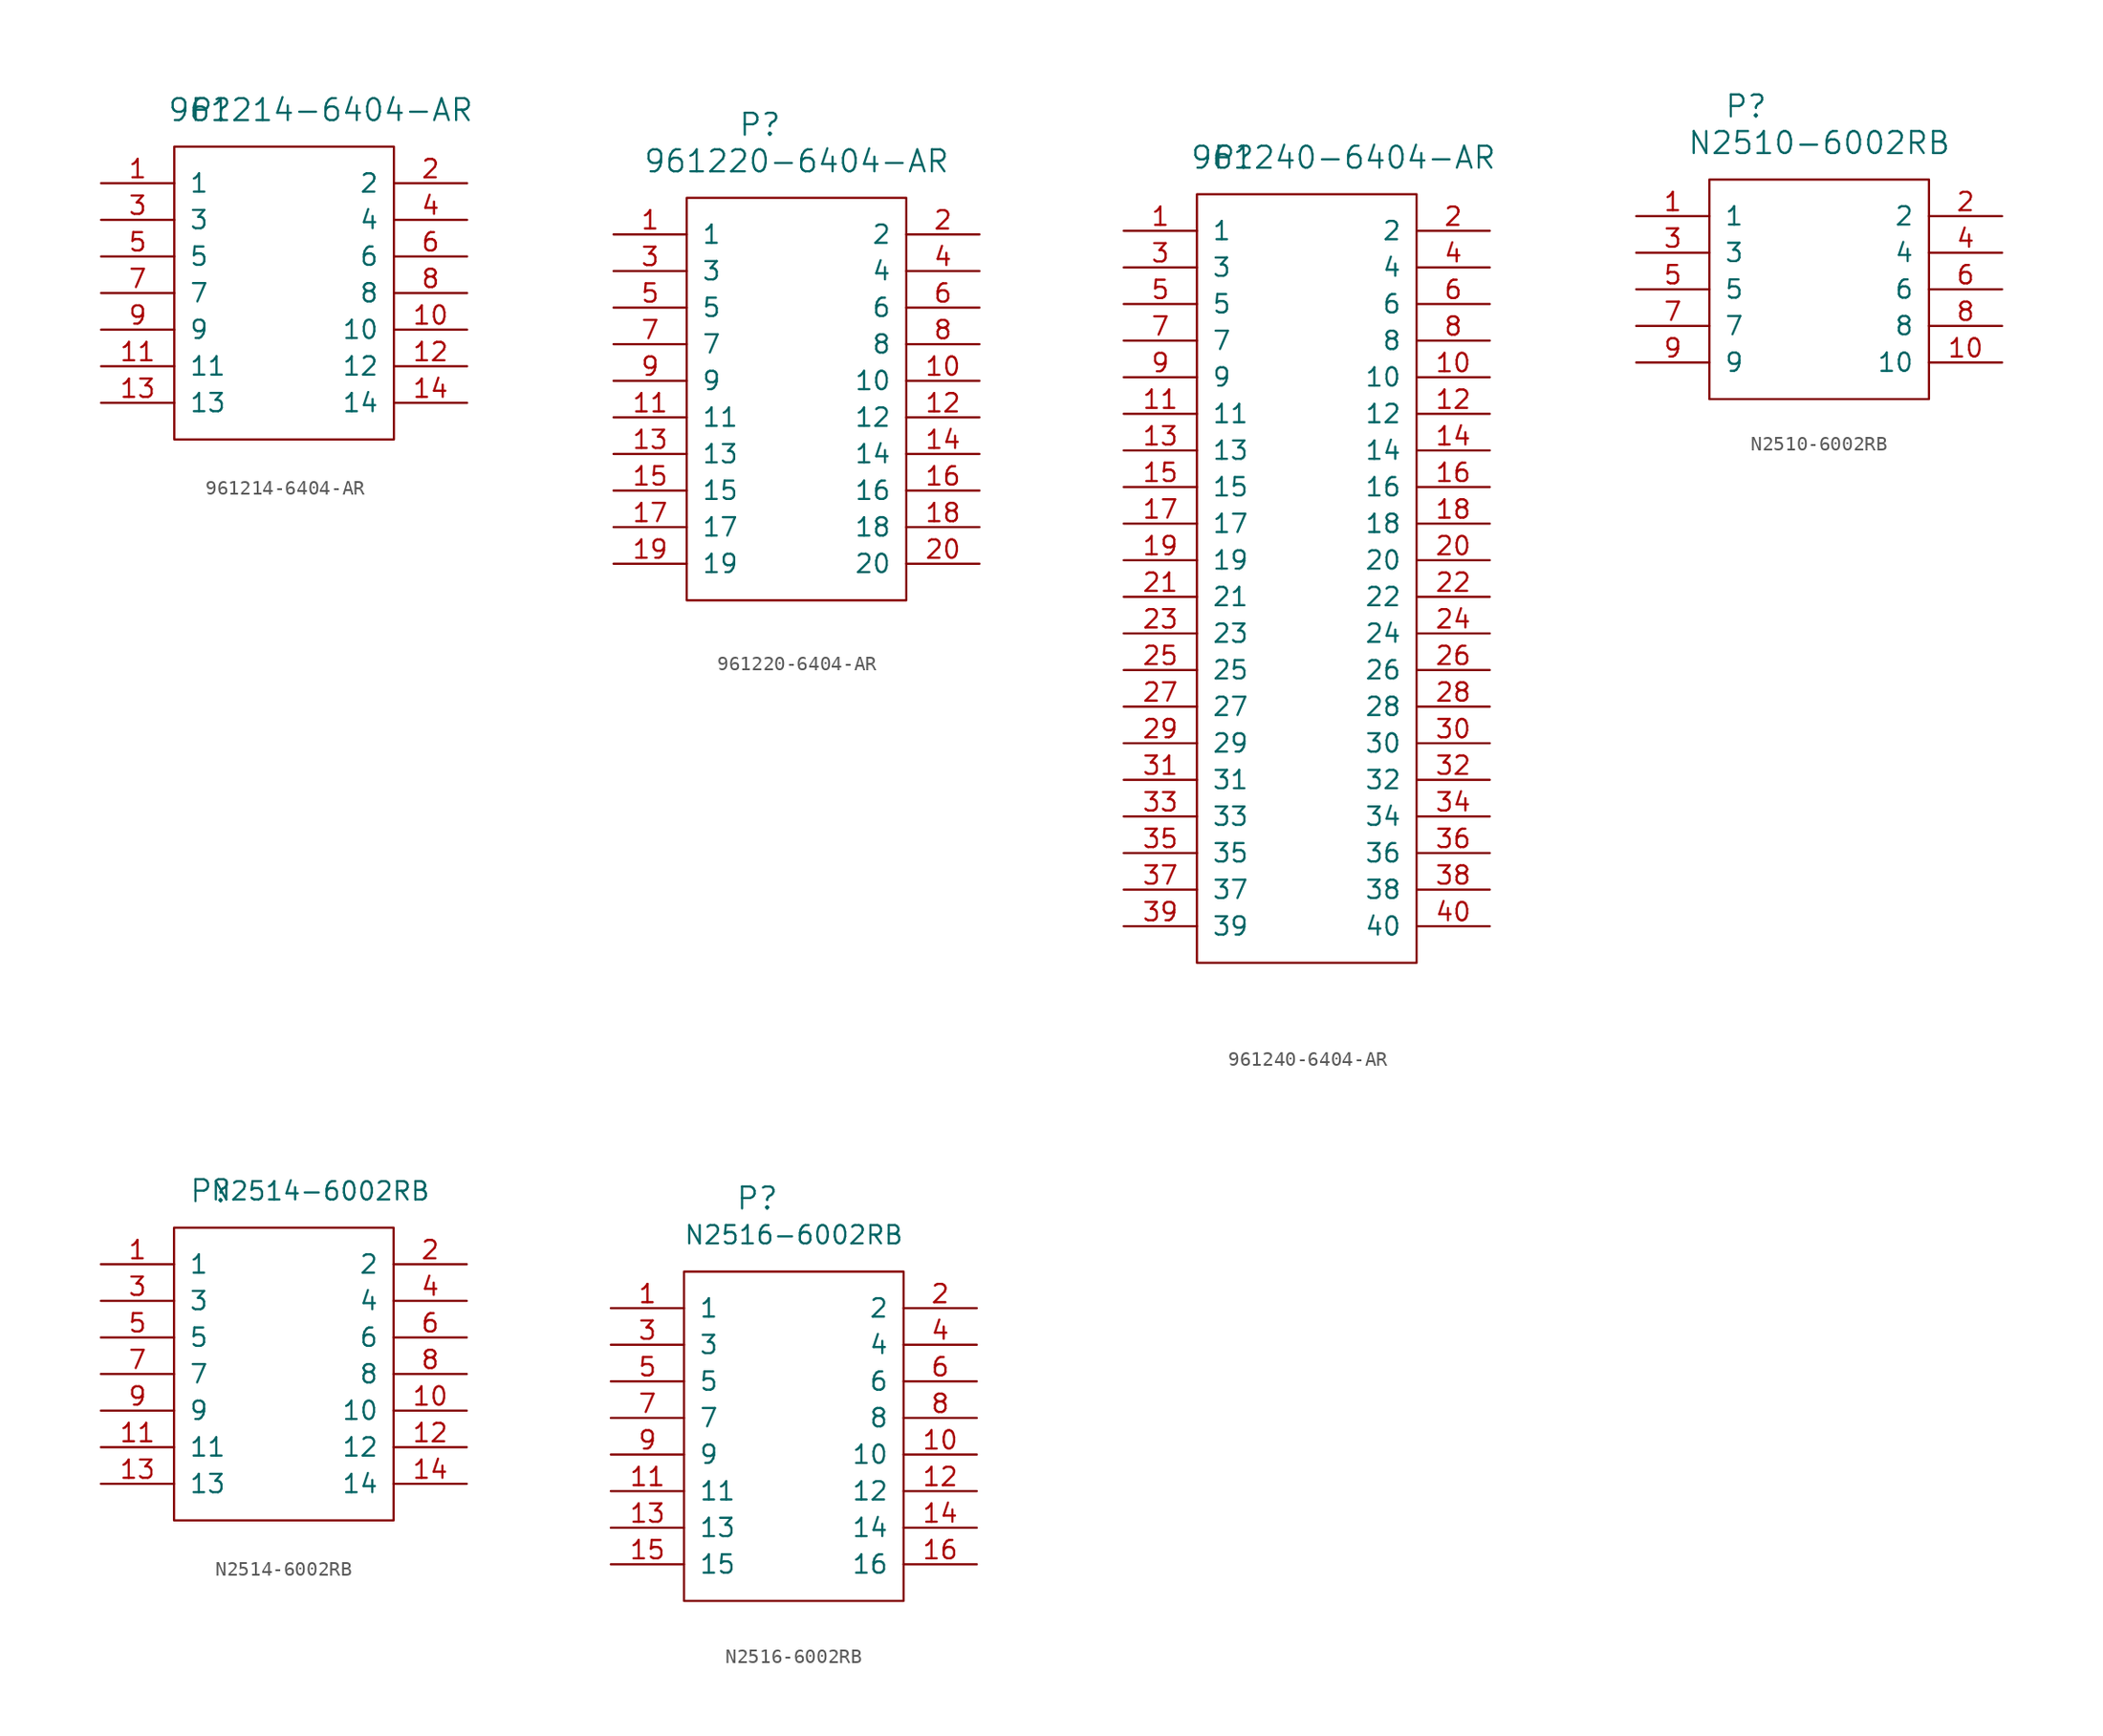
<source format=kicad_sym>
(kicad_symbol_lib
  (version 20220914)
  (generator kicad_symbol_editor)
  (symbol "961214-6404-AR"
    (pin_names
      (offset 1.016))
    (property "Reference" "P"
      (at 2.54 22.86 0)
      (effects (font (size 1.524 1.524))))
    (property "Value" "961214-6404-AR"
      (at 10.16 22.86 0)
      (effects (font (size 1.524 1.524))))
    (symbol "961214-6404-AR_0_1"
      (rectangle (start 0 0) (end 15.24 20.32) (stroke (width 0) (type solid)) (fill (type none))))
    (symbol "961214-6404-AR_1_1"
      (pin passive line (at -5.08 17.78 0) (length 5.08) (name "1" (effects (font (size 1.27 1.27)))) (number "1" (effects (font (size 1.27 1.27)))))
      (pin passive line (at 20.32 7.62 180) (length 5.08) (name "10" (effects (font (size 1.27 1.27)))) (number "10" (effects (font (size 1.27 1.27)))))
      (pin passive line (at -5.08 5.08 0) (length 5.08) (name "11" (effects (font (size 1.27 1.27)))) (number "11" (effects (font (size 1.27 1.27)))))
      (pin passive line (at 20.32 5.08 180) (length 5.08) (name "12" (effects (font (size 1.27 1.27)))) (number "12" (effects (font (size 1.27 1.27)))))
      (pin passive line (at -5.08 2.54 0) (length 5.08) (name "13" (effects (font (size 1.27 1.27)))) (number "13" (effects (font (size 1.27 1.27)))))
      (pin passive line (at 20.32 2.54 180) (length 5.08) (name "14" (effects (font (size 1.27 1.27)))) (number "14" (effects (font (size 1.27 1.27)))))
      (pin passive line (at 20.32 17.78 180) (length 5.08) (name "2" (effects (font (size 1.27 1.27)))) (number "2" (effects (font (size 1.27 1.27)))))
      (pin passive line (at -5.08 15.24 0) (length 5.08) (name "3" (effects (font (size 1.27 1.27)))) (number "3" (effects (font (size 1.27 1.27)))))
      (pin passive line (at 20.32 15.24 180) (length 5.08) (name "4" (effects (font (size 1.27 1.27)))) (number "4" (effects (font (size 1.27 1.27)))))
      (pin passive line (at -5.08 12.7 0) (length 5.08) (name "5" (effects (font (size 1.27 1.27)))) (number "5" (effects (font (size 1.27 1.27)))))
      (pin passive line (at 20.32 12.7 180) (length 5.08) (name "6" (effects (font (size 1.27 1.27)))) (number "6" (effects (font (size 1.27 1.27)))))
      (pin passive line (at -5.08 10.16 0) (length 5.08) (name "7" (effects (font (size 1.27 1.27)))) (number "7" (effects (font (size 1.27 1.27)))))
      (pin passive line (at 20.32 10.16 180) (length 5.08) (name "8" (effects (font (size 1.27 1.27)))) (number "8" (effects (font (size 1.27 1.27)))))
      (pin passive line (at -5.08 7.62 0) (length 5.08) (name "9" (effects (font (size 1.27 1.27)))) (number "9" (effects (font (size 1.27 1.27)))))))
  (symbol "961220-6404-AR"
    (pin_names
      (offset 1.016))
    (property "Reference" "P"
      (at 5.08 33.02 0)
      (effects (font (size 1.524 1.524))))
    (property "Value" "961220-6404-AR"
      (at 7.62 30.48 0)
      (effects (font (size 1.524 1.524))))
    (symbol "961220-6404-AR_0_1"
      (rectangle (start 0 0) (end 15.24 27.94) (stroke (width 0) (type solid)) (fill (type none))))
    (symbol "961220-6404-AR_1_1"
      (pin passive line (at -5.08 25.4 0) (length 5.08) (name "1" (effects (font (size 1.27 1.27)))) (number "1" (effects (font (size 1.27 1.27)))))
      (pin passive line (at 20.32 15.24 180) (length 5.08) (name "10" (effects (font (size 1.27 1.27)))) (number "10" (effects (font (size 1.27 1.27)))))
      (pin passive line (at -5.08 12.7 0) (length 5.08) (name "11" (effects (font (size 1.27 1.27)))) (number "11" (effects (font (size 1.27 1.27)))))
      (pin passive line (at 20.32 12.7 180) (length 5.08) (name "12" (effects (font (size 1.27 1.27)))) (number "12" (effects (font (size 1.27 1.27)))))
      (pin passive line (at -5.08 10.16 0) (length 5.08) (name "13" (effects (font (size 1.27 1.27)))) (number "13" (effects (font (size 1.27 1.27)))))
      (pin passive line (at 20.32 10.16 180) (length 5.08) (name "14" (effects (font (size 1.27 1.27)))) (number "14" (effects (font (size 1.27 1.27)))))
      (pin passive line (at -5.08 7.62 0) (length 5.08) (name "15" (effects (font (size 1.27 1.27)))) (number "15" (effects (font (size 1.27 1.27)))))
      (pin passive line (at 20.32 7.62 180) (length 5.08) (name "16" (effects (font (size 1.27 1.27)))) (number "16" (effects (font (size 1.27 1.27)))))
      (pin passive line (at -5.08 5.08 0) (length 5.08) (name "17" (effects (font (size 1.27 1.27)))) (number "17" (effects (font (size 1.27 1.27)))))
      (pin passive line (at 20.32 5.08 180) (length 5.08) (name "18" (effects (font (size 1.27 1.27)))) (number "18" (effects (font (size 1.27 1.27)))))
      (pin passive line (at -5.08 2.54 0) (length 5.08) (name "19" (effects (font (size 1.27 1.27)))) (number "19" (effects (font (size 1.27 1.27)))))
      (pin passive line (at 20.32 25.4 180) (length 5.08) (name "2" (effects (font (size 1.27 1.27)))) (number "2" (effects (font (size 1.27 1.27)))))
      (pin passive line (at 20.32 2.54 180) (length 5.08) (name "20" (effects (font (size 1.27 1.27)))) (number "20" (effects (font (size 1.27 1.27)))))
      (pin passive line (at -5.08 22.86 0) (length 5.08) (name "3" (effects (font (size 1.27 1.27)))) (number "3" (effects (font (size 1.27 1.27)))))
      (pin passive line (at 20.32 22.86 180) (length 5.08) (name "4" (effects (font (size 1.27 1.27)))) (number "4" (effects (font (size 1.27 1.27)))))
      (pin passive line (at -5.08 20.32 0) (length 5.08) (name "5" (effects (font (size 1.27 1.27)))) (number "5" (effects (font (size 1.27 1.27)))))
      (pin passive line (at 20.32 20.32 180) (length 5.08) (name "6" (effects (font (size 1.27 1.27)))) (number "6" (effects (font (size 1.27 1.27)))))
      (pin passive line (at -5.08 17.78 0) (length 5.08) (name "7" (effects (font (size 1.27 1.27)))) (number "7" (effects (font (size 1.27 1.27)))))
      (pin passive line (at 20.32 17.78 180) (length 5.08) (name "8" (effects (font (size 1.27 1.27)))) (number "8" (effects (font (size 1.27 1.27)))))
      (pin passive line (at -5.08 15.24 0) (length 5.08) (name "9" (effects (font (size 1.27 1.27)))) (number "9" (effects (font (size 1.27 1.27)))))))
  (symbol "961240-6404-AR"
    (pin_names
      (offset 1.016))
    (property "Reference" "P"
      (at 2.54 55.88 0)
      (effects (font (size 1.524 1.524))))
    (property "Value" "961240-6404-AR"
      (at 10.16 55.88 0)
      (effects (font (size 1.524 1.524))))
    (symbol "961240-6404-AR_0_1"
      (rectangle (start 0 0) (end 15.24 53.34) (stroke (width 0) (type solid)) (fill (type none))))
    (symbol "961240-6404-AR_1_1"
      (pin passive line (at -5.08 50.8 0) (length 5.08) (name "1" (effects (font (size 1.27 1.27)))) (number "1" (effects (font (size 1.27 1.27)))))
      (pin passive line (at 20.32 40.64 180) (length 5.08) (name "10" (effects (font (size 1.27 1.27)))) (number "10" (effects (font (size 1.27 1.27)))))
      (pin passive line (at -5.08 38.1 0) (length 5.08) (name "11" (effects (font (size 1.27 1.27)))) (number "11" (effects (font (size 1.27 1.27)))))
      (pin passive line (at 20.32 38.1 180) (length 5.08) (name "12" (effects (font (size 1.27 1.27)))) (number "12" (effects (font (size 1.27 1.27)))))
      (pin passive line (at -5.08 35.56 0) (length 5.08) (name "13" (effects (font (size 1.27 1.27)))) (number "13" (effects (font (size 1.27 1.27)))))
      (pin passive line (at 20.32 35.56 180) (length 5.08) (name "14" (effects (font (size 1.27 1.27)))) (number "14" (effects (font (size 1.27 1.27)))))
      (pin input line (at -5.08 33.02 0) (length 5.08) (name "15" (effects (font (size 1.27 1.27)))) (number "15" (effects (font (size 1.27 1.27)))))
      (pin input line (at 20.32 33.02 180) (length 5.08) (name "16" (effects (font (size 1.27 1.27)))) (number "16" (effects (font (size 1.27 1.27)))))
      (pin passive line (at -5.08 30.48 0) (length 5.08) (name "17" (effects (font (size 1.27 1.27)))) (number "17" (effects (font (size 1.27 1.27)))))
      (pin passive line (at 20.32 30.48 180) (length 5.08) (name "18" (effects (font (size 1.27 1.27)))) (number "18" (effects (font (size 1.27 1.27)))))
      (pin input line (at -5.08 27.94 0) (length 5.08) (name "19" (effects (font (size 1.27 1.27)))) (number "19" (effects (font (size 1.27 1.27)))))
      (pin passive line (at 20.32 50.8 180) (length 5.08) (name "2" (effects (font (size 1.27 1.27)))) (number "2" (effects (font (size 1.27 1.27)))))
      (pin input line (at 20.32 27.94 180) (length 5.08) (name "20" (effects (font (size 1.27 1.27)))) (number "20" (effects (font (size 1.27 1.27)))))
      (pin passive line (at -5.08 25.4 0) (length 5.08) (name "21" (effects (font (size 1.27 1.27)))) (number "21" (effects (font (size 1.27 1.27)))))
      (pin passive line (at 20.32 25.4 180) (length 5.08) (name "22" (effects (font (size 1.27 1.27)))) (number "22" (effects (font (size 1.27 1.27)))))
      (pin passive line (at -5.08 22.86 0) (length 5.08) (name "23" (effects (font (size 1.27 1.27)))) (number "23" (effects (font (size 1.27 1.27)))))
      (pin passive line (at 20.32 22.86 180) (length 5.08) (name "24" (effects (font (size 1.27 1.27)))) (number "24" (effects (font (size 1.27 1.27)))))
      (pin passive line (at -5.08 20.32 0) (length 5.08) (name "25" (effects (font (size 1.27 1.27)))) (number "25" (effects (font (size 1.27 1.27)))))
      (pin passive line (at 20.32 20.32 180) (length 5.08) (name "26" (effects (font (size 1.27 1.27)))) (number "26" (effects (font (size 1.27 1.27)))))
      (pin passive line (at -5.08 17.78 0) (length 5.08) (name "27" (effects (font (size 1.27 1.27)))) (number "27" (effects (font (size 1.27 1.27)))))
      (pin passive line (at 20.32 17.78 180) (length 5.08) (name "28" (effects (font (size 1.27 1.27)))) (number "28" (effects (font (size 1.27 1.27)))))
      (pin passive line (at -5.08 15.24 0) (length 5.08) (name "29" (effects (font (size 1.27 1.27)))) (number "29" (effects (font (size 1.27 1.27)))))
      (pin passive line (at -5.08 48.26 0) (length 5.08) (name "3" (effects (font (size 1.27 1.27)))) (number "3" (effects (font (size 1.27 1.27)))))
      (pin passive line (at 20.32 15.24 180) (length 5.08) (name "30" (effects (font (size 1.27 1.27)))) (number "30" (effects (font (size 1.27 1.27)))))
      (pin passive line (at -5.08 12.7 0) (length 5.08) (name "31" (effects (font (size 1.27 1.27)))) (number "31" (effects (font (size 1.27 1.27)))))
      (pin passive line (at 20.32 12.7 180) (length 5.08) (name "32" (effects (font (size 1.27 1.27)))) (number "32" (effects (font (size 1.27 1.27)))))
      (pin passive line (at -5.08 10.16 0) (length 5.08) (name "33" (effects (font (size 1.27 1.27)))) (number "33" (effects (font (size 1.27 1.27)))))
      (pin passive line (at 20.32 10.16 180) (length 5.08) (name "34" (effects (font (size 1.27 1.27)))) (number "34" (effects (font (size 1.27 1.27)))))
      (pin passive line (at -5.08 7.62 0) (length 5.08) (name "35" (effects (font (size 1.27 1.27)))) (number "35" (effects (font (size 1.27 1.27)))))
      (pin passive line (at 20.32 7.62 180) (length 5.08) (name "36" (effects (font (size 1.27 1.27)))) (number "36" (effects (font (size 1.27 1.27)))))
      (pin passive line (at -5.08 5.08 0) (length 5.08) (name "37" (effects (font (size 1.27 1.27)))) (number "37" (effects (font (size 1.27 1.27)))))
      (pin passive line (at 20.32 5.08 180) (length 5.08) (name "38" (effects (font (size 1.27 1.27)))) (number "38" (effects (font (size 1.27 1.27)))))
      (pin passive line (at -5.08 2.54 0) (length 5.08) (name "39" (effects (font (size 1.27 1.27)))) (number "39" (effects (font (size 1.27 1.27)))))
      (pin passive line (at 20.32 48.26 180) (length 5.08) (name "4" (effects (font (size 1.27 1.27)))) (number "4" (effects (font (size 1.27 1.27)))))
      (pin passive line (at 20.32 2.54 180) (length 5.08) (name "40" (effects (font (size 1.27 1.27)))) (number "40" (effects (font (size 1.27 1.27)))))
      (pin passive line (at -5.08 45.72 0) (length 5.08) (name "5" (effects (font (size 1.27 1.27)))) (number "5" (effects (font (size 1.27 1.27)))))
      (pin passive line (at 20.32 45.72 180) (length 5.08) (name "6" (effects (font (size 1.27 1.27)))) (number "6" (effects (font (size 1.27 1.27)))))
      (pin passive line (at -5.08 43.18 0) (length 5.08) (name "7" (effects (font (size 1.27 1.27)))) (number "7" (effects (font (size 1.27 1.27)))))
      (pin passive line (at 20.32 43.18 180) (length 5.08) (name "8" (effects (font (size 1.27 1.27)))) (number "8" (effects (font (size 1.27 1.27)))))
      (pin passive line (at -5.08 40.64 0) (length 5.08) (name "9" (effects (font (size 1.27 1.27)))) (number "9" (effects (font (size 1.27 1.27)))))))
  (symbol "N2510-6002RB"
    (pin_names
      (offset 1.016))
    (property "Reference" "P"
      (at 2.54 20.32 0)
      (effects (font (size 1.524 1.524))))
    (property "Value" "N2510-6002RB"
      (at 7.62 17.78 0)
      (effects (font (size 1.524 1.524))))
    (symbol "N2510-6002RB_0_1"
      (rectangle (start 0 0) (end 15.24 15.24) (stroke (width 0) (type solid)) (fill (type none))))
    (symbol "N2510-6002RB_1_1"
      (pin passive line (at -5.08 12.7 0) (length 5.08) (name "1" (effects (font (size 1.27 1.27)))) (number "1" (effects (font (size 1.27 1.27)))))
      (pin passive line (at 20.32 2.54 180) (length 5.08) (name "10" (effects (font (size 1.27 1.27)))) (number "10" (effects (font (size 1.27 1.27)))))
      (pin passive line (at 20.32 12.7 180) (length 5.08) (name "2" (effects (font (size 1.27 1.27)))) (number "2" (effects (font (size 1.27 1.27)))))
      (pin passive line (at -5.08 10.16 0) (length 5.08) (name "3" (effects (font (size 1.27 1.27)))) (number "3" (effects (font (size 1.27 1.27)))))
      (pin passive line (at 20.32 10.16 180) (length 5.08) (name "4" (effects (font (size 1.27 1.27)))) (number "4" (effects (font (size 1.27 1.27)))))
      (pin passive line (at -5.08 7.62 0) (length 5.08) (name "5" (effects (font (size 1.27 1.27)))) (number "5" (effects (font (size 1.27 1.27)))))
      (pin passive line (at 20.32 7.62 180) (length 5.08) (name "6" (effects (font (size 1.27 1.27)))) (number "6" (effects (font (size 1.27 1.27)))))
      (pin passive line (at -5.08 5.08 0) (length 5.08) (name "7" (effects (font (size 1.27 1.27)))) (number "7" (effects (font (size 1.27 1.27)))))
      (pin passive line (at 20.32 5.08 180) (length 5.08) (name "8" (effects (font (size 1.27 1.27)))) (number "8" (effects (font (size 1.27 1.27)))))
      (pin passive line (at -5.08 2.54 0) (length 5.08) (name "9" (effects (font (size 1.27 1.27)))) (number "9" (effects (font (size 1.27 1.27)))))))
  (symbol "N2514-6002RB"
    (pin_names
      (offset 1.016))
    (property "Reference" "P"
      (at 2.54 22.86 0)
      (effects (font (size 1.524 1.524))))
    (property "Value" "N2514-6002RB"
      (at 10.16 22.86 0)
      (effects (font (size 1.27 1.27))))
    (symbol "N2514-6002RB_0_1"
      (rectangle (start 0 0) (end 15.24 20.32) (stroke (width 0) (type solid)) (fill (type none))))
    (symbol "N2514-6002RB_1_1"
      (pin passive line (at -5.08 17.78 0) (length 5.08) (name "1" (effects (font (size 1.27 1.27)))) (number "1" (effects (font (size 1.27 1.27)))))
      (pin passive line (at 20.32 7.62 180) (length 5.08) (name "10" (effects (font (size 1.27 1.27)))) (number "10" (effects (font (size 1.27 1.27)))))
      (pin passive line (at -5.08 5.08 0) (length 5.08) (name "11" (effects (font (size 1.27 1.27)))) (number "11" (effects (font (size 1.27 1.27)))))
      (pin passive line (at 20.32 5.08 180) (length 5.08) (name "12" (effects (font (size 1.27 1.27)))) (number "12" (effects (font (size 1.27 1.27)))))
      (pin passive line (at -5.08 2.54 0) (length 5.08) (name "13" (effects (font (size 1.27 1.27)))) (number "13" (effects (font (size 1.27 1.27)))))
      (pin passive line (at 20.32 2.54 180) (length 5.08) (name "14" (effects (font (size 1.27 1.27)))) (number "14" (effects (font (size 1.27 1.27)))))
      (pin passive line (at 20.32 17.78 180) (length 5.08) (name "2" (effects (font (size 1.27 1.27)))) (number "2" (effects (font (size 1.27 1.27)))))
      (pin passive line (at -5.08 15.24 0) (length 5.08) (name "3" (effects (font (size 1.27 1.27)))) (number "3" (effects (font (size 1.27 1.27)))))
      (pin passive line (at 20.32 15.24 180) (length 5.08) (name "4" (effects (font (size 1.27 1.27)))) (number "4" (effects (font (size 1.27 1.27)))))
      (pin passive line (at -5.08 12.7 0) (length 5.08) (name "5" (effects (font (size 1.27 1.27)))) (number "5" (effects (font (size 1.27 1.27)))))
      (pin passive line (at 20.32 12.7 180) (length 5.08) (name "6" (effects (font (size 1.27 1.27)))) (number "6" (effects (font (size 1.27 1.27)))))
      (pin passive line (at -5.08 10.16 0) (length 5.08) (name "7" (effects (font (size 1.27 1.27)))) (number "7" (effects (font (size 1.27 1.27)))))
      (pin passive line (at 20.32 10.16 180) (length 5.08) (name "8" (effects (font (size 1.27 1.27)))) (number "8" (effects (font (size 1.27 1.27)))))
      (pin passive line (at -5.08 7.62 0) (length 5.08) (name "9" (effects (font (size 1.27 1.27)))) (number "9" (effects (font (size 1.27 1.27)))))))
  (symbol "N2516-6002RB"
    (pin_names
      (offset 1.016))
    (property "Reference" "P"
      (at 5.08 27.94 0)
      (effects (font (size 1.524 1.524))))
    (property "Value" "N2516-6002RB"
      (at 7.62 25.4 0)
      (effects (font (size 1.27 1.27))))
    (symbol "N2516-6002RB_0_1"
      (rectangle (start 0 0) (end 15.24 22.86) (stroke (width 0) (type solid)) (fill (type none))))
    (symbol "N2516-6002RB_1_1"
      (pin passive line (at -5.08 20.32 0) (length 5.08) (name "1" (effects (font (size 1.27 1.27)))) (number "1" (effects (font (size 1.27 1.27)))))
      (pin passive line (at 20.32 10.16 180) (length 5.08) (name "10" (effects (font (size 1.27 1.27)))) (number "10" (effects (font (size 1.27 1.27)))))
      (pin passive line (at -5.08 7.62 0) (length 5.08) (name "11" (effects (font (size 1.27 1.27)))) (number "11" (effects (font (size 1.27 1.27)))))
      (pin passive line (at 20.32 7.62 180) (length 5.08) (name "12" (effects (font (size 1.27 1.27)))) (number "12" (effects (font (size 1.27 1.27)))))
      (pin passive line (at -5.08 5.08 0) (length 5.08) (name "13" (effects (font (size 1.27 1.27)))) (number "13" (effects (font (size 1.27 1.27)))))
      (pin passive line (at 20.32 5.08 180) (length 5.08) (name "14" (effects (font (size 1.27 1.27)))) (number "14" (effects (font (size 1.27 1.27)))))
      (pin passive line (at -5.08 2.54 0) (length 5.08) (name "15" (effects (font (size 1.27 1.27)))) (number "15" (effects (font (size 1.27 1.27)))))
      (pin passive line (at 20.32 2.54 180) (length 5.08) (name "16" (effects (font (size 1.27 1.27)))) (number "16" (effects (font (size 1.27 1.27)))))
      (pin passive line (at 20.32 20.32 180) (length 5.08) (name "2" (effects (font (size 1.27 1.27)))) (number "2" (effects (font (size 1.27 1.27)))))
      (pin passive line (at -5.08 17.78 0) (length 5.08) (name "3" (effects (font (size 1.27 1.27)))) (number "3" (effects (font (size 1.27 1.27)))))
      (pin passive line (at 20.32 17.78 180) (length 5.08) (name "4" (effects (font (size 1.27 1.27)))) (number "4" (effects (font (size 1.27 1.27)))))
      (pin passive line (at -5.08 15.24 0) (length 5.08) (name "5" (effects (font (size 1.27 1.27)))) (number "5" (effects (font (size 1.27 1.27)))))
      (pin passive line (at 20.32 15.24 180) (length 5.08) (name "6" (effects (font (size 1.27 1.27)))) (number "6" (effects (font (size 1.27 1.27)))))
      (pin passive line (at -5.08 12.7 0) (length 5.08) (name "7" (effects (font (size 1.27 1.27)))) (number "7" (effects (font (size 1.27 1.27)))))
      (pin passive line (at 20.32 12.7 180) (length 5.08) (name "8" (effects (font (size 1.27 1.27)))) (number "8" (effects (font (size 1.27 1.27)))))
      (pin passive line (at -5.08 10.16 0) (length 5.08) (name "9" (effects (font (size 1.27 1.27)))) (number "9" (effects (font (size 1.27 1.27))))))))
</source>
